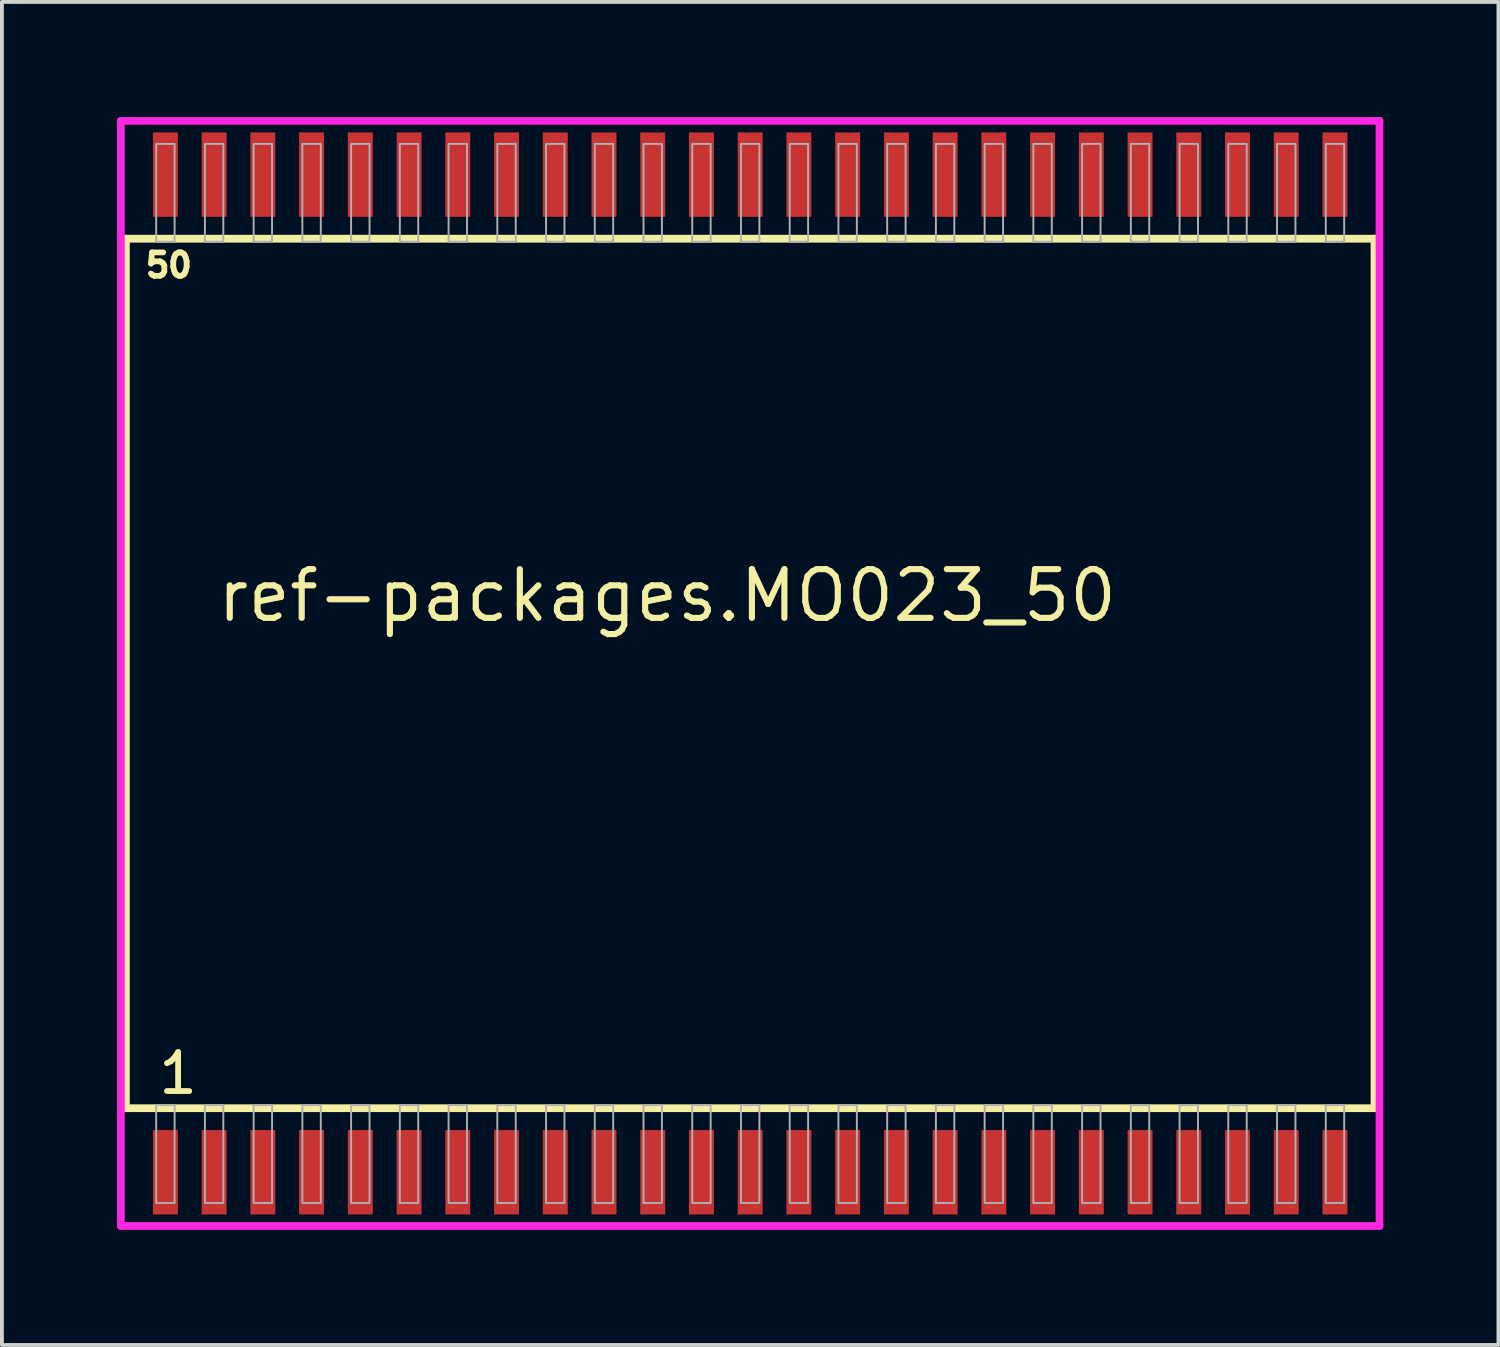
<source format=kicad_pcb>
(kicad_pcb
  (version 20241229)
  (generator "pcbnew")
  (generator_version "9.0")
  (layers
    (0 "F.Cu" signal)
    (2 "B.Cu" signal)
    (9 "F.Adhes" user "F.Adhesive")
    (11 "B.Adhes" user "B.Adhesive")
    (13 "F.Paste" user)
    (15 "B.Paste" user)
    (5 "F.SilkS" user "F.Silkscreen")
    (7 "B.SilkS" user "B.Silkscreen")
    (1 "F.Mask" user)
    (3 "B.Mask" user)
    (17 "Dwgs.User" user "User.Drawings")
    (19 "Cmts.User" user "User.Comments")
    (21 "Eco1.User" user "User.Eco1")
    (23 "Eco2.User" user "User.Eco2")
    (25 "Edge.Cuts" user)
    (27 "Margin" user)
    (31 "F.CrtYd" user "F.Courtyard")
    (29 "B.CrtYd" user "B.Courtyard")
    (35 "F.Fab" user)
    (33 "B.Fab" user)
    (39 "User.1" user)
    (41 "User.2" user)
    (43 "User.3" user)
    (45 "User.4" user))
  (footprint "ref-packages.MO023_50"
    (layer "F.Cu")
    (at 16.5 14.5)
    (property "Reference" "ref-packages.MO023_50" (at -13.97 -1.285 0) (layer "F.SilkS") (effects (font (size 1.27 1.27) (thickness 0.16)) (justify left bottom)))
    (attr smd)
    (fp_line (start -16.27 -11.33) (end 16.27 -11.33) (stroke (width 0.203) (type default)) (layer "F.SilkS"))
    (fp_line (start -16.27 11.33) (end -16.27 -11.33) (stroke (width 0.203) (type default)) (layer "F.SilkS"))
    (fp_line (start 16.27 -11.33) (end 16.27 11.33) (stroke (width 0.203) (type default)) (layer "F.SilkS"))
    (fp_line (start 16.27 11.33) (end -16.27 11.33) (stroke (width 0.203) (type default)) (layer "F.SilkS"))
    (fp_line (start -16.4 -14.4) (end 16.4 -14.4) (stroke (width 0.2) (type default)) (layer "F.CrtYd"))
    (fp_line (start -16.4 14.4) (end -16.4 -14.4) (stroke (width 0.2) (type default)) (layer "F.CrtYd"))
    (fp_line (start 16.4 -14.4) (end 16.4 14.4) (stroke (width 0.2) (type default)) (layer "F.CrtYd"))
    (fp_line (start 16.4 14.4) (end -16.4 14.4) (stroke (width 0.2) (type default)) (layer "F.CrtYd"))
    (fp_rect (start -15.48 -11.25) (end -15 -13.8) (stroke (width 0.05) (type default)) (fill no) (layer "F.Fab"))
    (fp_rect (start -15.48 13.8) (end -15 11.25) (stroke (width 0.05) (type default)) (fill no) (layer "F.Fab"))
    (fp_rect (start -14.21 -11.25) (end -13.73 -13.8) (stroke (width 0.05) (type default)) (fill no) (layer "F.Fab"))
    (fp_rect (start -14.21 13.8) (end -13.73 11.25) (stroke (width 0.05) (type default)) (fill no) (layer "F.Fab"))
    (fp_rect (start -12.94 -11.25) (end -12.46 -13.8) (stroke (width 0.05) (type default)) (fill no) (layer "F.Fab"))
    (fp_rect (start -12.94 13.8) (end -12.46 11.25) (stroke (width 0.05) (type default)) (fill no) (layer "F.Fab"))
    (fp_rect (start -11.67 -11.25) (end -11.19 -13.8) (stroke (width 0.05) (type default)) (fill no) (layer "F.Fab"))
    (fp_rect (start -11.67 13.8) (end -11.19 11.25) (stroke (width 0.05) (type default)) (fill no) (layer "F.Fab"))
    (fp_rect (start -10.4 -11.25) (end -9.92 -13.8) (stroke (width 0.05) (type default)) (fill no) (layer "F.Fab"))
    (fp_rect (start -10.4 13.8) (end -9.92 11.25) (stroke (width 0.05) (type default)) (fill no) (layer "F.Fab"))
    (fp_rect (start -9.13 -11.25) (end -8.65 -13.8) (stroke (width 0.05) (type default)) (fill no) (layer "F.Fab"))
    (fp_rect (start -9.13 13.8) (end -8.65 11.25) (stroke (width 0.05) (type default)) (fill no) (layer "F.Fab"))
    (fp_rect (start -7.86 -11.25) (end -7.38 -13.8) (stroke (width 0.05) (type default)) (fill no) (layer "F.Fab"))
    (fp_rect (start -7.86 13.8) (end -7.38 11.25) (stroke (width 0.05) (type default)) (fill no) (layer "F.Fab"))
    (fp_rect (start -6.59 -11.25) (end -6.11 -13.8) (stroke (width 0.05) (type default)) (fill no) (layer "F.Fab"))
    (fp_rect (start -6.59 13.8) (end -6.11 11.25) (stroke (width 0.05) (type default)) (fill no) (layer "F.Fab"))
    (fp_rect (start -5.32 -11.25) (end -4.84 -13.8) (stroke (width 0.05) (type default)) (fill no) (layer "F.Fab"))
    (fp_rect (start -5.32 13.8) (end -4.84 11.25) (stroke (width 0.05) (type default)) (fill no) (layer "F.Fab"))
    (fp_rect (start -4.05 -11.25) (end -3.57 -13.8) (stroke (width 0.05) (type default)) (fill no) (layer "F.Fab"))
    (fp_rect (start -4.05 13.8) (end -3.57 11.25) (stroke (width 0.05) (type default)) (fill no) (layer "F.Fab"))
    (fp_rect (start -2.78 -11.25) (end -2.3 -13.8) (stroke (width 0.05) (type default)) (fill no) (layer "F.Fab"))
    (fp_rect (start -2.78 13.8) (end -2.3 11.25) (stroke (width 0.05) (type default)) (fill no) (layer "F.Fab"))
    (fp_rect (start -1.51 -11.25) (end -1.03 -13.8) (stroke (width 0.05) (type default)) (fill no) (layer "F.Fab"))
    (fp_rect (start -1.51 13.8) (end -1.03 11.25) (stroke (width 0.05) (type default)) (fill no) (layer "F.Fab"))
    (fp_rect (start -0.24 -11.25) (end 0.24 -13.8) (stroke (width 0.05) (type default)) (fill no) (layer "F.Fab"))
    (fp_rect (start -0.24 13.8) (end 0.24 11.25) (stroke (width 0.05) (type default)) (fill no) (layer "F.Fab"))
    (fp_rect (start 1.03 -11.25) (end 1.51 -13.8) (stroke (width 0.05) (type default)) (fill no) (layer "F.Fab"))
    (fp_rect (start 1.03 13.8) (end 1.51 11.25) (stroke (width 0.05) (type default)) (fill no) (layer "F.Fab"))
    (fp_rect (start 2.3 -11.25) (end 2.78 -13.8) (stroke (width 0.05) (type default)) (fill no) (layer "F.Fab"))
    (fp_rect (start 2.3 13.8) (end 2.78 11.25) (stroke (width 0.05) (type default)) (fill no) (layer "F.Fab"))
    (fp_rect (start 3.57 -11.25) (end 4.05 -13.8) (stroke (width 0.05) (type default)) (fill no) (layer "F.Fab"))
    (fp_rect (start 3.57 13.8) (end 4.05 11.25) (stroke (width 0.05) (type default)) (fill no) (layer "F.Fab"))
    (fp_rect (start 4.84 -11.25) (end 5.32 -13.8) (stroke (width 0.05) (type default)) (fill no) (layer "F.Fab"))
    (fp_rect (start 4.84 13.8) (end 5.32 11.25) (stroke (width 0.05) (type default)) (fill no) (layer "F.Fab"))
    (fp_rect (start 6.11 -11.25) (end 6.59 -13.8) (stroke (width 0.05) (type default)) (fill no) (layer "F.Fab"))
    (fp_rect (start 6.11 13.8) (end 6.59 11.25) (stroke (width 0.05) (type default)) (fill no) (layer "F.Fab"))
    (fp_rect (start 7.38 -11.25) (end 7.86 -13.8) (stroke (width 0.05) (type default)) (fill no) (layer "F.Fab"))
    (fp_rect (start 7.38 13.8) (end 7.86 11.25) (stroke (width 0.05) (type default)) (fill no) (layer "F.Fab"))
    (fp_rect (start 8.65 -11.25) (end 9.13 -13.8) (stroke (width 0.05) (type default)) (fill no) (layer "F.Fab"))
    (fp_rect (start 8.65 13.8) (end 9.13 11.25) (stroke (width 0.05) (type default)) (fill no) (layer "F.Fab"))
    (fp_rect (start 9.92 -11.25) (end 10.4 -13.8) (stroke (width 0.05) (type default)) (fill no) (layer "F.Fab"))
    (fp_rect (start 9.92 13.8) (end 10.4 11.25) (stroke (width 0.05) (type default)) (fill no) (layer "F.Fab"))
    (fp_rect (start 11.19 -11.25) (end 11.67 -13.8) (stroke (width 0.05) (type default)) (fill no) (layer "F.Fab"))
    (fp_rect (start 11.19 13.8) (end 11.67 11.25) (stroke (width 0.05) (type default)) (fill no) (layer "F.Fab"))
    (fp_rect (start 12.46 -11.25) (end 12.94 -13.8) (stroke (width 0.05) (type default)) (fill no) (layer "F.Fab"))
    (fp_rect (start 12.46 13.8) (end 12.94 11.25) (stroke (width 0.05) (type default)) (fill no) (layer "F.Fab"))
    (fp_rect (start 13.73 -11.25) (end 14.21 -13.8) (stroke (width 0.05) (type default)) (fill no) (layer "F.Fab"))
    (fp_rect (start 13.73 13.8) (end 14.21 11.25) (stroke (width 0.05) (type default)) (fill no) (layer "F.Fab"))
    (fp_rect (start 15 -11.25) (end 15.48 -13.8) (stroke (width 0.05) (type default)) (fill no) (layer "F.Fab"))
    (fp_rect (start 15 13.8) (end 15.48 11.25) (stroke (width 0.05) (type default)) (fill no) (layer "F.Fab"))
    (fp_text user "50" (at -15.831 -10.28 0) (layer "F.SilkS") (effects (font (size 0.61 0.61) (thickness 0.15)) (justify left bottom)))
    (fp_text user "1" (at -15.491 11.015 0) (layer "F.SilkS") (effects (font (size 1.016 1.016) (thickness 0.15)) (justify left bottom)))
    (pad "1" smd roundrect (at -15.24 13) (size 0.65 2.2) (layers "F.Cu" "F.Mask" "F.Paste") (roundrect_rratio 0.01))
    (pad "2" smd roundrect (at -13.97 13) (size 0.65 2.2) (layers "F.Cu" "F.Mask" "F.Paste") (roundrect_rratio 0.01))
    (pad "3" smd roundrect (at -12.7 13) (size 0.65 2.2) (layers "F.Cu" "F.Mask" "F.Paste") (roundrect_rratio 0.01))
    (pad "4" smd roundrect (at -11.43 13) (size 0.65 2.2) (layers "F.Cu" "F.Mask" "F.Paste") (roundrect_rratio 0.01))
    (pad "5" smd roundrect (at -10.16 13) (size 0.65 2.2) (layers "F.Cu" "F.Mask" "F.Paste") (roundrect_rratio 0.01))
    (pad "6" smd roundrect (at -8.89 13) (size 0.65 2.2) (layers "F.Cu" "F.Mask" "F.Paste") (roundrect_rratio 0.01))
    (pad "7" smd roundrect (at -7.62 13) (size 0.65 2.2) (layers "F.Cu" "F.Mask" "F.Paste") (roundrect_rratio 0.01))
    (pad "8" smd roundrect (at -6.35 13) (size 0.65 2.2) (layers "F.Cu" "F.Mask" "F.Paste") (roundrect_rratio 0.01))
    (pad "9" smd roundrect (at -5.08 13) (size 0.65 2.2) (layers "F.Cu" "F.Mask" "F.Paste") (roundrect_rratio 0.01))
    (pad "10" smd roundrect (at -3.81 13) (size 0.65 2.2) (layers "F.Cu" "F.Mask" "F.Paste") (roundrect_rratio 0.01))
    (pad "11" smd roundrect (at -2.54 13) (size 0.65 2.2) (layers "F.Cu" "F.Mask" "F.Paste") (roundrect_rratio 0.01))
    (pad "12" smd roundrect (at -1.27 13) (size 0.65 2.2) (layers "F.Cu" "F.Mask" "F.Paste") (roundrect_rratio 0.01))
    (pad "13" smd roundrect (at 0 13) (size 0.65 2.2) (layers "F.Cu" "F.Mask" "F.Paste") (roundrect_rratio 0.01))
    (pad "14" smd roundrect (at 1.27 13) (size 0.65 2.2) (layers "F.Cu" "F.Mask" "F.Paste") (roundrect_rratio 0.01))
    (pad "15" smd roundrect (at 2.54 13) (size 0.65 2.2) (layers "F.Cu" "F.Mask" "F.Paste") (roundrect_rratio 0.01))
    (pad "16" smd roundrect (at 3.81 13) (size 0.65 2.2) (layers "F.Cu" "F.Mask" "F.Paste") (roundrect_rratio 0.01))
    (pad "17" smd roundrect (at 5.08 13) (size 0.65 2.2) (layers "F.Cu" "F.Mask" "F.Paste") (roundrect_rratio 0.01))
    (pad "18" smd roundrect (at 6.35 13) (size 0.65 2.2) (layers "F.Cu" "F.Mask" "F.Paste") (roundrect_rratio 0.01))
    (pad "19" smd roundrect (at 7.62 13) (size 0.65 2.2) (layers "F.Cu" "F.Mask" "F.Paste") (roundrect_rratio 0.01))
    (pad "20" smd roundrect (at 8.89 13) (size 0.65 2.2) (layers "F.Cu" "F.Mask" "F.Paste") (roundrect_rratio 0.01))
    (pad "21" smd roundrect (at 10.16 13) (size 0.65 2.2) (layers "F.Cu" "F.Mask" "F.Paste") (roundrect_rratio 0.01))
    (pad "22" smd roundrect (at 11.43 13) (size 0.65 2.2) (layers "F.Cu" "F.Mask" "F.Paste") (roundrect_rratio 0.01))
    (pad "23" smd roundrect (at 12.7 13) (size 0.65 2.2) (layers "F.Cu" "F.Mask" "F.Paste") (roundrect_rratio 0.01))
    (pad "24" smd roundrect (at 13.97 13) (size 0.65 2.2) (layers "F.Cu" "F.Mask" "F.Paste") (roundrect_rratio 0.01))
    (pad "25" smd roundrect (at 15.24 13) (size 0.65 2.2) (layers "F.Cu" "F.Mask" "F.Paste") (roundrect_rratio 0.01))
    (pad "26" smd roundrect (at 15.24 -13) (size 0.65 2.2) (layers "F.Cu" "F.Mask" "F.Paste") (roundrect_rratio 0.01))
    (pad "27" smd roundrect (at 13.97 -13) (size 0.65 2.2) (layers "F.Cu" "F.Mask" "F.Paste") (roundrect_rratio 0.01))
    (pad "28" smd roundrect (at 12.7 -13) (size 0.65 2.2) (layers "F.Cu" "F.Mask" "F.Paste") (roundrect_rratio 0.01))
    (pad "29" smd roundrect (at 11.43 -13) (size 0.65 2.2) (layers "F.Cu" "F.Mask" "F.Paste") (roundrect_rratio 0.01))
    (pad "30" smd roundrect (at 10.16 -13) (size 0.65 2.2) (layers "F.Cu" "F.Mask" "F.Paste") (roundrect_rratio 0.01))
    (pad "31" smd roundrect (at 8.89 -13) (size 0.65 2.2) (layers "F.Cu" "F.Mask" "F.Paste") (roundrect_rratio 0.01))
    (pad "32" smd roundrect (at 7.62 -13) (size 0.65 2.2) (layers "F.Cu" "F.Mask" "F.Paste") (roundrect_rratio 0.01))
    (pad "33" smd roundrect (at 6.35 -13) (size 0.65 2.2) (layers "F.Cu" "F.Mask" "F.Paste") (roundrect_rratio 0.01))
    (pad "34" smd roundrect (at 5.08 -13) (size 0.65 2.2) (layers "F.Cu" "F.Mask" "F.Paste") (roundrect_rratio 0.01))
    (pad "35" smd roundrect (at 3.81 -13) (size 0.65 2.2) (layers "F.Cu" "F.Mask" "F.Paste") (roundrect_rratio 0.01))
    (pad "36" smd roundrect (at 2.54 -13) (size 0.65 2.2) (layers "F.Cu" "F.Mask" "F.Paste") (roundrect_rratio 0.01))
    (pad "37" smd roundrect (at 1.27 -13) (size 0.65 2.2) (layers "F.Cu" "F.Mask" "F.Paste") (roundrect_rratio 0.01))
    (pad "38" smd roundrect (at 0 -13) (size 0.65 2.2) (layers "F.Cu" "F.Mask" "F.Paste") (roundrect_rratio 0.01))
    (pad "39" smd roundrect (at -1.27 -13) (size 0.65 2.2) (layers "F.Cu" "F.Mask" "F.Paste") (roundrect_rratio 0.01))
    (pad "40" smd roundrect (at -2.54 -13) (size 0.65 2.2) (layers "F.Cu" "F.Mask" "F.Paste") (roundrect_rratio 0.01))
    (pad "41" smd roundrect (at -3.81 -13) (size 0.65 2.2) (layers "F.Cu" "F.Mask" "F.Paste") (roundrect_rratio 0.01))
    (pad "42" smd roundrect (at -5.08 -13) (size 0.65 2.2) (layers "F.Cu" "F.Mask" "F.Paste") (roundrect_rratio 0.01))
    (pad "43" smd roundrect (at -6.35 -13) (size 0.65 2.2) (layers "F.Cu" "F.Mask" "F.Paste") (roundrect_rratio 0.01))
    (pad "44" smd roundrect (at -7.62 -13) (size 0.65 2.2) (layers "F.Cu" "F.Mask" "F.Paste") (roundrect_rratio 0.01))
    (pad "45" smd roundrect (at -8.89 -13) (size 0.65 2.2) (layers "F.Cu" "F.Mask" "F.Paste") (roundrect_rratio 0.01))
    (pad "46" smd roundrect (at -10.16 -13) (size 0.65 2.2) (layers "F.Cu" "F.Mask" "F.Paste") (roundrect_rratio 0.01))
    (pad "47" smd roundrect (at -11.43 -13) (size 0.65 2.2) (layers "F.Cu" "F.Mask" "F.Paste") (roundrect_rratio 0.01))
    (pad "48" smd roundrect (at -12.7 -13) (size 0.65 2.2) (layers "F.Cu" "F.Mask" "F.Paste") (roundrect_rratio 0.01))
    (pad "49" smd roundrect (at -13.97 -13) (size 0.65 2.2) (layers "F.Cu" "F.Mask" "F.Paste") (roundrect_rratio 0.01))
    (pad "50" smd roundrect (at -15.24 -13) (size 0.65 2.2) (layers "F.Cu" "F.Mask" "F.Paste") (roundrect_rratio 0.01)))
  (gr_rect
    (start -3 -3)
    (end 36 32)
    (stroke (width 0.1) (type default))
    (fill no)
    (layer "Edge.Cuts")))
</source>
